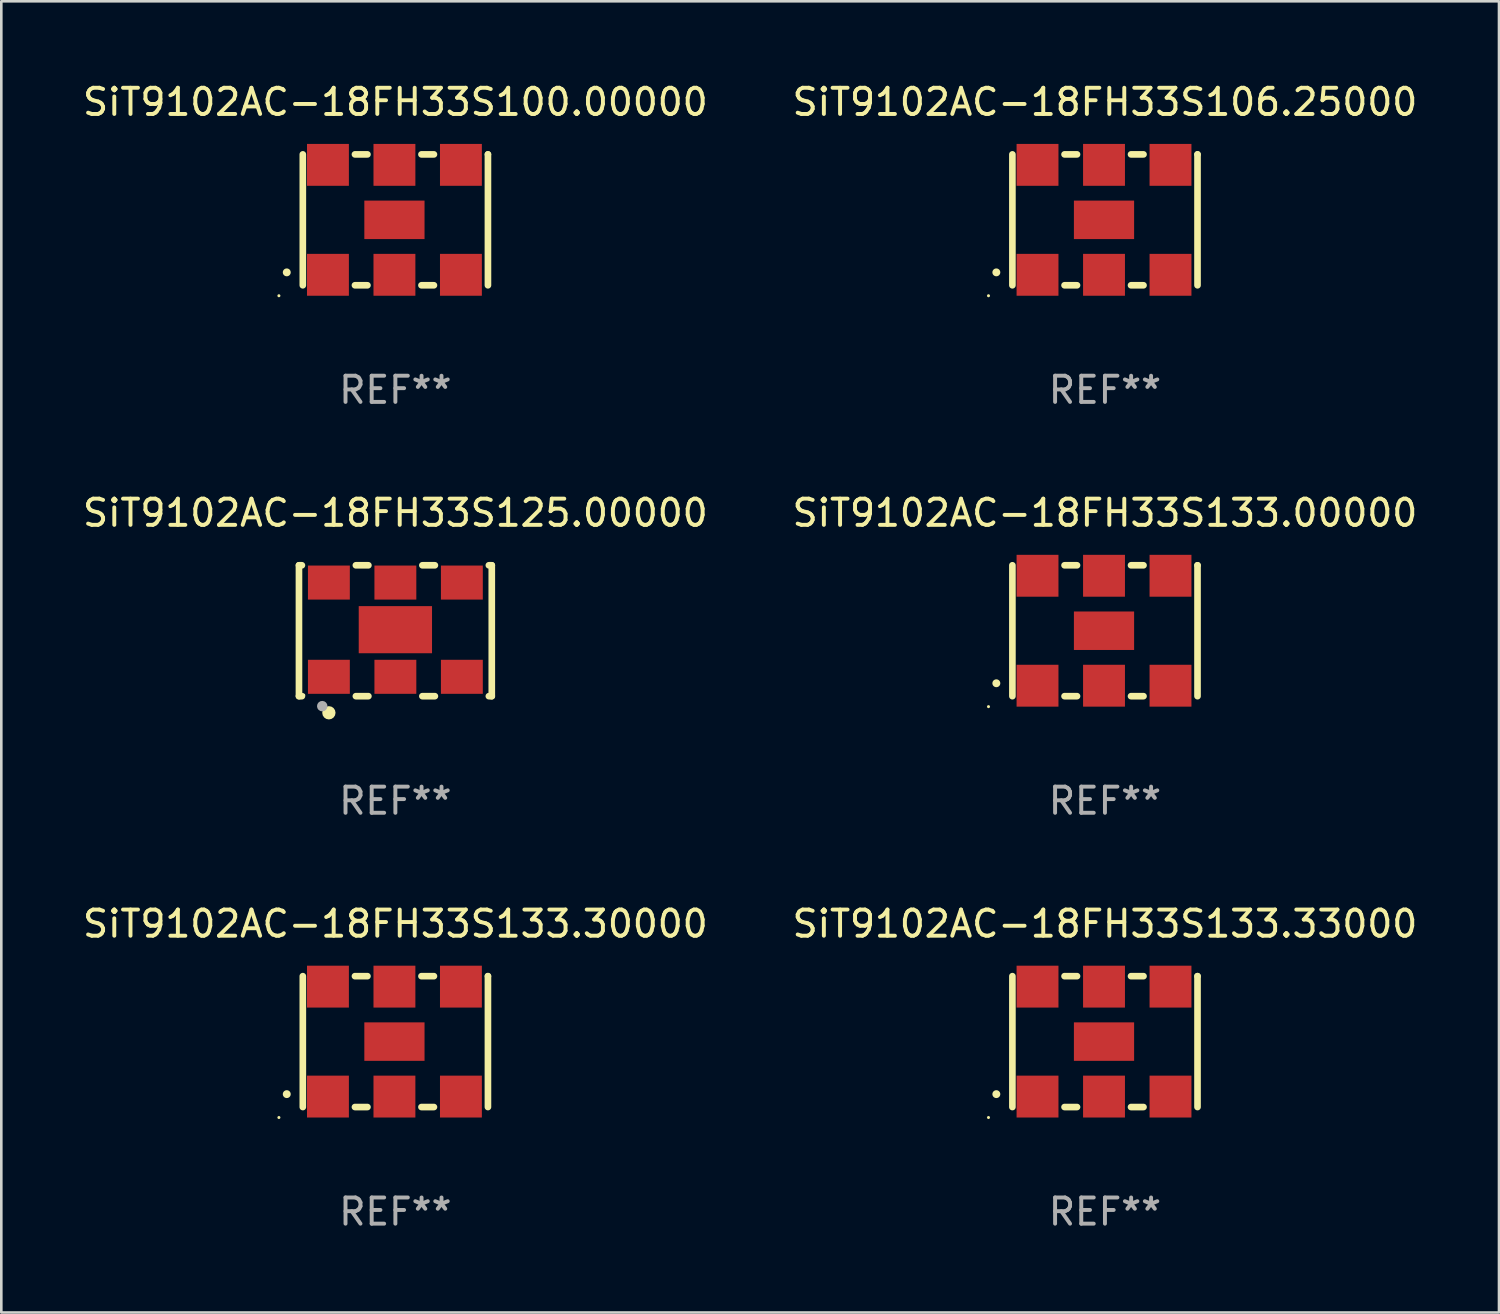
<source format=kicad_pcb>
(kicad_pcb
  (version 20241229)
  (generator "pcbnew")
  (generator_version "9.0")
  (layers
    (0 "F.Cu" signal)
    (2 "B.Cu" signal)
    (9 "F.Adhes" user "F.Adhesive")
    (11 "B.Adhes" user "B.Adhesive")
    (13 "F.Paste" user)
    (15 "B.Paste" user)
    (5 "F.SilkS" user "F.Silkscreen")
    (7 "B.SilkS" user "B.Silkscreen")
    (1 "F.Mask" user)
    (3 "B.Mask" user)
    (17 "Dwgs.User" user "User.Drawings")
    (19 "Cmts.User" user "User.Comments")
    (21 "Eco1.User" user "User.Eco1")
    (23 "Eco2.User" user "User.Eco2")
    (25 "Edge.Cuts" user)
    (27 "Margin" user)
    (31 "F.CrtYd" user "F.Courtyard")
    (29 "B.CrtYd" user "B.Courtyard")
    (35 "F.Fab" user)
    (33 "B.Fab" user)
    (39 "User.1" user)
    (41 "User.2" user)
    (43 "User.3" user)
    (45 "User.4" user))
  (footprint "SiT9102AC-18FH33S133.30000"
    (layer "F.Cu")
    (at 12.054 36.741)
    (property "Reference" "SiT9102AC-18FH33S133.30000" (at 0 -4.5 0) (layer "F.SilkS") (effects (font (size 1 1) (thickness 0.15))))
    (attr through_hole)
    (fp_line (start -3.536 -2.5) (end -3.536 2.5) (stroke (width 0.254) (type solid)) (layer "F.SilkS"))
    (fp_line (start -1.544 2.5) (end -1.067 2.5) (stroke (width 0.254) (type solid)) (layer "F.SilkS"))
    (fp_line (start -1.067 -2.5) (end -1.544 -2.5) (stroke (width 0.254) (type solid)) (layer "F.SilkS"))
    (fp_line (start 0.996 2.5) (end 1.473 2.5) (stroke (width 0.254) (type solid)) (layer "F.SilkS"))
    (fp_line (start 1.473 -2.5) (end 0.996 -2.5) (stroke (width 0.254) (type solid)) (layer "F.SilkS"))
    (fp_line (start 3.536 -2.5) (end 3.536 -2.5) (stroke (width 0.254) (type solid)) (layer "F.SilkS"))
    (fp_line (start 3.536 2.5) (end 3.536 -2.5) (stroke (width 0.254) (type solid)) (layer "F.SilkS"))
    (fp_arc (start -4.150432 2.006604) (mid -4.149162 2.006599) (end -4.147892 2.006604) (stroke (width 0.3) (type solid)) (layer "F.SilkS"))
    (fp_circle (center -4.449 2.9) (end -4.419 2.9) (stroke (width 0.06) (type solid)) (fill no) (layer "F.SilkS"))
    (fp_text user "REF**" (at 0 6.5 0) (layer "F.Fab") (effects (font (size 1 1) (thickness 0.15))))
    (pad "1" smd rect (at -2.576 2.1) (size 1.6 1.6) (layers "F.Cu" "F.Mask" "F.Paste"))
    (pad "2" smd rect (at -0.036 2.1) (size 1.6 1.6) (layers "F.Cu" "F.Mask" "F.Paste"))
    (pad "3" smd rect (at 2.504 2.1) (size 1.6 1.6) (layers "F.Cu" "F.Mask" "F.Paste"))
    (pad "4" smd rect (at 2.504 -2.1) (size 1.6 1.6) (layers "F.Cu" "F.Mask" "F.Paste"))
    (pad "5" smd rect (at -0.036 -2.1) (size 1.6 1.6) (layers "F.Cu" "F.Mask" "F.Paste"))
    (pad "6" smd rect (at -2.576 -2.1) (size 1.6 1.6) (layers "F.Cu" "F.Mask" "F.Paste"))
    (pad "7" smd rect (at -0.036 0) (size 2.3 1.47) (layers "F.Cu" "F.Mask" "F.Paste")))
  (footprint "SiT9102AC-18FH33S106.25000"
    (layer "F.Cu")
    (at 39.161 5.348)
    (property "Reference" "SiT9102AC-18FH33S106.25000" (at 0 -4.5 0) (layer "F.SilkS") (effects (font (size 1 1) (thickness 0.15))))
    (attr through_hole)
    (fp_line (start -3.536 -2.5) (end -3.536 2.5) (stroke (width 0.254) (type solid)) (layer "F.SilkS"))
    (fp_line (start -1.544 2.5) (end -1.067 2.5) (stroke (width 0.254) (type solid)) (layer "F.SilkS"))
    (fp_line (start -1.067 -2.5) (end -1.544 -2.5) (stroke (width 0.254) (type solid)) (layer "F.SilkS"))
    (fp_line (start 0.996 2.5) (end 1.473 2.5) (stroke (width 0.254) (type solid)) (layer "F.SilkS"))
    (fp_line (start 1.473 -2.5) (end 0.996 -2.5) (stroke (width 0.254) (type solid)) (layer "F.SilkS"))
    (fp_line (start 3.536 -2.5) (end 3.536 -2.5) (stroke (width 0.254) (type solid)) (layer "F.SilkS"))
    (fp_line (start 3.536 2.5) (end 3.536 -2.5) (stroke (width 0.254) (type solid)) (layer "F.SilkS"))
    (fp_arc (start -4.150432 2.006604) (mid -4.149162 2.006599) (end -4.147892 2.006604) (stroke (width 0.3) (type solid)) (layer "F.SilkS"))
    (fp_circle (center -4.449 2.9) (end -4.419 2.9) (stroke (width 0.06) (type solid)) (fill no) (layer "F.SilkS"))
    (fp_text user "REF**" (at 0 6.5 0) (layer "F.Fab") (effects (font (size 1 1) (thickness 0.15))))
    (pad "1" smd rect (at -2.576 2.1) (size 1.6 1.6) (layers "F.Cu" "F.Mask" "F.Paste"))
    (pad "2" smd rect (at -0.036 2.1) (size 1.6 1.6) (layers "F.Cu" "F.Mask" "F.Paste"))
    (pad "3" smd rect (at 2.504 2.1) (size 1.6 1.6) (layers "F.Cu" "F.Mask" "F.Paste"))
    (pad "4" smd rect (at 2.504 -2.1) (size 1.6 1.6) (layers "F.Cu" "F.Mask" "F.Paste"))
    (pad "5" smd rect (at -0.036 -2.1) (size 1.6 1.6) (layers "F.Cu" "F.Mask" "F.Paste"))
    (pad "6" smd rect (at -2.576 -2.1) (size 1.6 1.6) (layers "F.Cu" "F.Mask" "F.Paste"))
    (pad "7" smd rect (at -0.036 0) (size 2.3 1.47) (layers "F.Cu" "F.Mask" "F.Paste")))
  (footprint "SiT9102AC-18FH33S125.00000"
    (layer "F.Cu")
    (at 12.054 21.045)
    (property "Reference" "SiT9102AC-18FH33S125.00000" (at 0 -4.5 0) (layer "F.SilkS") (effects (font (size 1 1) (thickness 0.15))))
    (attr through_hole)
    (fp_line (start -3.683 -2.5) (end -3.571 -2.5) (stroke (width 0.254) (type solid)) (layer "F.SilkS"))
    (fp_line (start -3.683 2.5) (end -3.683 -2.5) (stroke (width 0.254) (type solid)) (layer "F.SilkS"))
    (fp_line (start -3.683 2.5) (end -3.571 2.5) (stroke (width 0.254) (type solid)) (layer "F.SilkS"))
    (fp_line (start -1.509 -2.5) (end -1.031 -2.5) (stroke (width 0.254) (type solid)) (layer "F.SilkS"))
    (fp_line (start -1.509 2.5) (end -1.031 2.5) (stroke (width 0.254) (type solid)) (layer "F.SilkS"))
    (fp_line (start 1.031 -2.5) (end 1.509 -2.5) (stroke (width 0.254) (type solid)) (layer "F.SilkS"))
    (fp_line (start 1.031 2.5) (end 1.509 2.5) (stroke (width 0.254) (type solid)) (layer "F.SilkS"))
    (fp_line (start 3.571 -2.5) (end 3.683 -2.5) (stroke (width 0.254) (type solid)) (layer "F.SilkS"))
    (fp_line (start 3.571 2.5) (end 3.683 2.5) (stroke (width 0.254) (type solid)) (layer "F.SilkS"))
    (fp_line (start 3.683 2.5) (end 3.683 -2.5) (stroke (width 0.254) (type solid)) (layer "F.SilkS"))
    (fp_circle (center -3.5 2.46) (end -3.47 2.46) (stroke (width 0.06) (type solid)) (fill no) (layer "F.SilkS"))
    (fp_circle (center -2.54 3.135) (end -2.413 3.135) (stroke (width 0.254) (type solid)) (fill no) (layer "F.SilkS"))
    (fp_circle (center -2.794 2.881) (end -2.694 2.881) (stroke (width 0.2) (type solid)) (fill no) (layer "F.Fab"))
    (fp_text user "REF**" (at 0 6.5 0) (layer "F.Fab") (effects (font (size 1 1) (thickness 0.15))))
    (pad "1" smd rect (at -2.54 1.76) (size 1.6 1.3) (layers "F.Cu" "F.Mask" "F.Paste"))
    (pad "2" smd rect (at 0 1.76) (size 1.6 1.3) (layers "F.Cu" "F.Mask" "F.Paste"))
    (pad "3" smd rect (at 2.54 1.76) (size 1.6 1.3) (layers "F.Cu" "F.Mask" "F.Paste"))
    (pad "4" smd rect (at 2.54 -1.84) (size 1.6 1.3) (layers "F.Cu" "F.Mask" "F.Paste"))
    (pad "5" smd rect (at 0 -1.84) (size 1.6 1.3) (layers "F.Cu" "F.Mask" "F.Paste"))
    (pad "6" smd rect (at -2.54 -1.84) (size 1.6 1.3) (layers "F.Cu" "F.Mask" "F.Paste"))
    (pad "7" smd rect (at 0 -0.04) (size 2.8 1.8) (layers "F.Cu" "F.Mask" "F.Paste")))
  (footprint "SiT9102AC-18FH33S100.00000"
    (layer "F.Cu")
    (at 12.054 5.348)
    (property "Reference" "SiT9102AC-18FH33S100.00000" (at 0 -4.5 0) (layer "F.SilkS") (effects (font (size 1 1) (thickness 0.15))))
    (attr through_hole)
    (fp_line (start -3.536 -2.5) (end -3.536 2.5) (stroke (width 0.254) (type solid)) (layer "F.SilkS"))
    (fp_line (start -1.544 2.5) (end -1.067 2.5) (stroke (width 0.254) (type solid)) (layer "F.SilkS"))
    (fp_line (start -1.067 -2.5) (end -1.544 -2.5) (stroke (width 0.254) (type solid)) (layer "F.SilkS"))
    (fp_line (start 0.996 2.5) (end 1.473 2.5) (stroke (width 0.254) (type solid)) (layer "F.SilkS"))
    (fp_line (start 1.473 -2.5) (end 0.996 -2.5) (stroke (width 0.254) (type solid)) (layer "F.SilkS"))
    (fp_line (start 3.536 -2.5) (end 3.536 -2.5) (stroke (width 0.254) (type solid)) (layer "F.SilkS"))
    (fp_line (start 3.536 2.5) (end 3.536 -2.5) (stroke (width 0.254) (type solid)) (layer "F.SilkS"))
    (fp_arc (start -4.150432 2.006604) (mid -4.149162 2.006599) (end -4.147892 2.006604) (stroke (width 0.3) (type solid)) (layer "F.SilkS"))
    (fp_circle (center -4.449 2.9) (end -4.419 2.9) (stroke (width 0.06) (type solid)) (fill no) (layer "F.SilkS"))
    (fp_text user "REF**" (at 0 6.5 0) (layer "F.Fab") (effects (font (size 1 1) (thickness 0.15))))
    (pad "1" smd rect (at -2.576 2.1) (size 1.6 1.6) (layers "F.Cu" "F.Mask" "F.Paste"))
    (pad "2" smd rect (at -0.036 2.1) (size 1.6 1.6) (layers "F.Cu" "F.Mask" "F.Paste"))
    (pad "3" smd rect (at 2.504 2.1) (size 1.6 1.6) (layers "F.Cu" "F.Mask" "F.Paste"))
    (pad "4" smd rect (at 2.504 -2.1) (size 1.6 1.6) (layers "F.Cu" "F.Mask" "F.Paste"))
    (pad "5" smd rect (at -0.036 -2.1) (size 1.6 1.6) (layers "F.Cu" "F.Mask" "F.Paste"))
    (pad "6" smd rect (at -2.576 -2.1) (size 1.6 1.6) (layers "F.Cu" "F.Mask" "F.Paste"))
    (pad "7" smd rect (at -0.036 0) (size 2.3 1.47) (layers "F.Cu" "F.Mask" "F.Paste")))
  (footprint "SiT9102AC-18FH33S133.00000"
    (layer "F.Cu")
    (at 39.161 21.045)
    (property "Reference" "SiT9102AC-18FH33S133.00000" (at 0 -4.5 0) (layer "F.SilkS") (effects (font (size 1 1) (thickness 0.15))))
    (attr through_hole)
    (fp_line (start -3.536 -2.5) (end -3.536 2.5) (stroke (width 0.254) (type solid)) (layer "F.SilkS"))
    (fp_line (start -1.544 2.5) (end -1.067 2.5) (stroke (width 0.254) (type solid)) (layer "F.SilkS"))
    (fp_line (start -1.067 -2.5) (end -1.544 -2.5) (stroke (width 0.254) (type solid)) (layer "F.SilkS"))
    (fp_line (start 0.996 2.5) (end 1.473 2.5) (stroke (width 0.254) (type solid)) (layer "F.SilkS"))
    (fp_line (start 1.473 -2.5) (end 0.996 -2.5) (stroke (width 0.254) (type solid)) (layer "F.SilkS"))
    (fp_line (start 3.536 -2.5) (end 3.536 -2.5) (stroke (width 0.254) (type solid)) (layer "F.SilkS"))
    (fp_line (start 3.536 2.5) (end 3.536 -2.5) (stroke (width 0.254) (type solid)) (layer "F.SilkS"))
    (fp_arc (start -4.150432 2.006604) (mid -4.149162 2.006599) (end -4.147892 2.006604) (stroke (width 0.3) (type solid)) (layer "F.SilkS"))
    (fp_circle (center -4.449 2.9) (end -4.419 2.9) (stroke (width 0.06) (type solid)) (fill no) (layer "F.SilkS"))
    (fp_text user "REF**" (at 0 6.5 0) (layer "F.Fab") (effects (font (size 1 1) (thickness 0.15))))
    (pad "1" smd rect (at -2.576 2.1) (size 1.6 1.6) (layers "F.Cu" "F.Mask" "F.Paste"))
    (pad "2" smd rect (at -0.036 2.1) (size 1.6 1.6) (layers "F.Cu" "F.Mask" "F.Paste"))
    (pad "3" smd rect (at 2.504 2.1) (size 1.6 1.6) (layers "F.Cu" "F.Mask" "F.Paste"))
    (pad "4" smd rect (at 2.504 -2.1) (size 1.6 1.6) (layers "F.Cu" "F.Mask" "F.Paste"))
    (pad "5" smd rect (at -0.036 -2.1) (size 1.6 1.6) (layers "F.Cu" "F.Mask" "F.Paste"))
    (pad "6" smd rect (at -2.576 -2.1) (size 1.6 1.6) (layers "F.Cu" "F.Mask" "F.Paste"))
    (pad "7" smd rect (at -0.036 0) (size 2.3 1.47) (layers "F.Cu" "F.Mask" "F.Paste")))
  (footprint "SiT9102AC-18FH33S133.33000"
    (layer "F.Cu")
    (at 39.161 36.741)
    (property "Reference" "SiT9102AC-18FH33S133.33000" (at 0 -4.5 0) (layer "F.SilkS") (effects (font (size 1 1) (thickness 0.15))))
    (attr through_hole)
    (fp_line (start -3.536 -2.5) (end -3.536 2.5) (stroke (width 0.254) (type solid)) (layer "F.SilkS"))
    (fp_line (start -1.544 2.5) (end -1.067 2.5) (stroke (width 0.254) (type solid)) (layer "F.SilkS"))
    (fp_line (start -1.067 -2.5) (end -1.544 -2.5) (stroke (width 0.254) (type solid)) (layer "F.SilkS"))
    (fp_line (start 0.996 2.5) (end 1.473 2.5) (stroke (width 0.254) (type solid)) (layer "F.SilkS"))
    (fp_line (start 1.473 -2.5) (end 0.996 -2.5) (stroke (width 0.254) (type solid)) (layer "F.SilkS"))
    (fp_line (start 3.536 -2.5) (end 3.536 -2.5) (stroke (width 0.254) (type solid)) (layer "F.SilkS"))
    (fp_line (start 3.536 2.5) (end 3.536 -2.5) (stroke (width 0.254) (type solid)) (layer "F.SilkS"))
    (fp_arc (start -4.150432 2.006604) (mid -4.149162 2.006599) (end -4.147892 2.006604) (stroke (width 0.3) (type solid)) (layer "F.SilkS"))
    (fp_circle (center -4.449 2.9) (end -4.419 2.9) (stroke (width 0.06) (type solid)) (fill no) (layer "F.SilkS"))
    (fp_text user "REF**" (at 0 6.5 0) (layer "F.Fab") (effects (font (size 1 1) (thickness 0.15))))
    (pad "1" smd rect (at -2.576 2.1) (size 1.6 1.6) (layers "F.Cu" "F.Mask" "F.Paste"))
    (pad "2" smd rect (at -0.036 2.1) (size 1.6 1.6) (layers "F.Cu" "F.Mask" "F.Paste"))
    (pad "3" smd rect (at 2.504 2.1) (size 1.6 1.6) (layers "F.Cu" "F.Mask" "F.Paste"))
    (pad "4" smd rect (at 2.504 -2.1) (size 1.6 1.6) (layers "F.Cu" "F.Mask" "F.Paste"))
    (pad "5" smd rect (at -0.036 -2.1) (size 1.6 1.6) (layers "F.Cu" "F.Mask" "F.Paste"))
    (pad "6" smd rect (at -2.576 -2.1) (size 1.6 1.6) (layers "F.Cu" "F.Mask" "F.Paste"))
    (pad "7" smd rect (at -0.036 0) (size 2.3 1.47) (layers "F.Cu" "F.Mask" "F.Paste")))
  (gr_rect
    (start -3 -3)
    (end 54.214 47.09)
    (stroke (width 0.1) (type default))
    (fill no)
    (layer "Edge.Cuts")))
</source>
